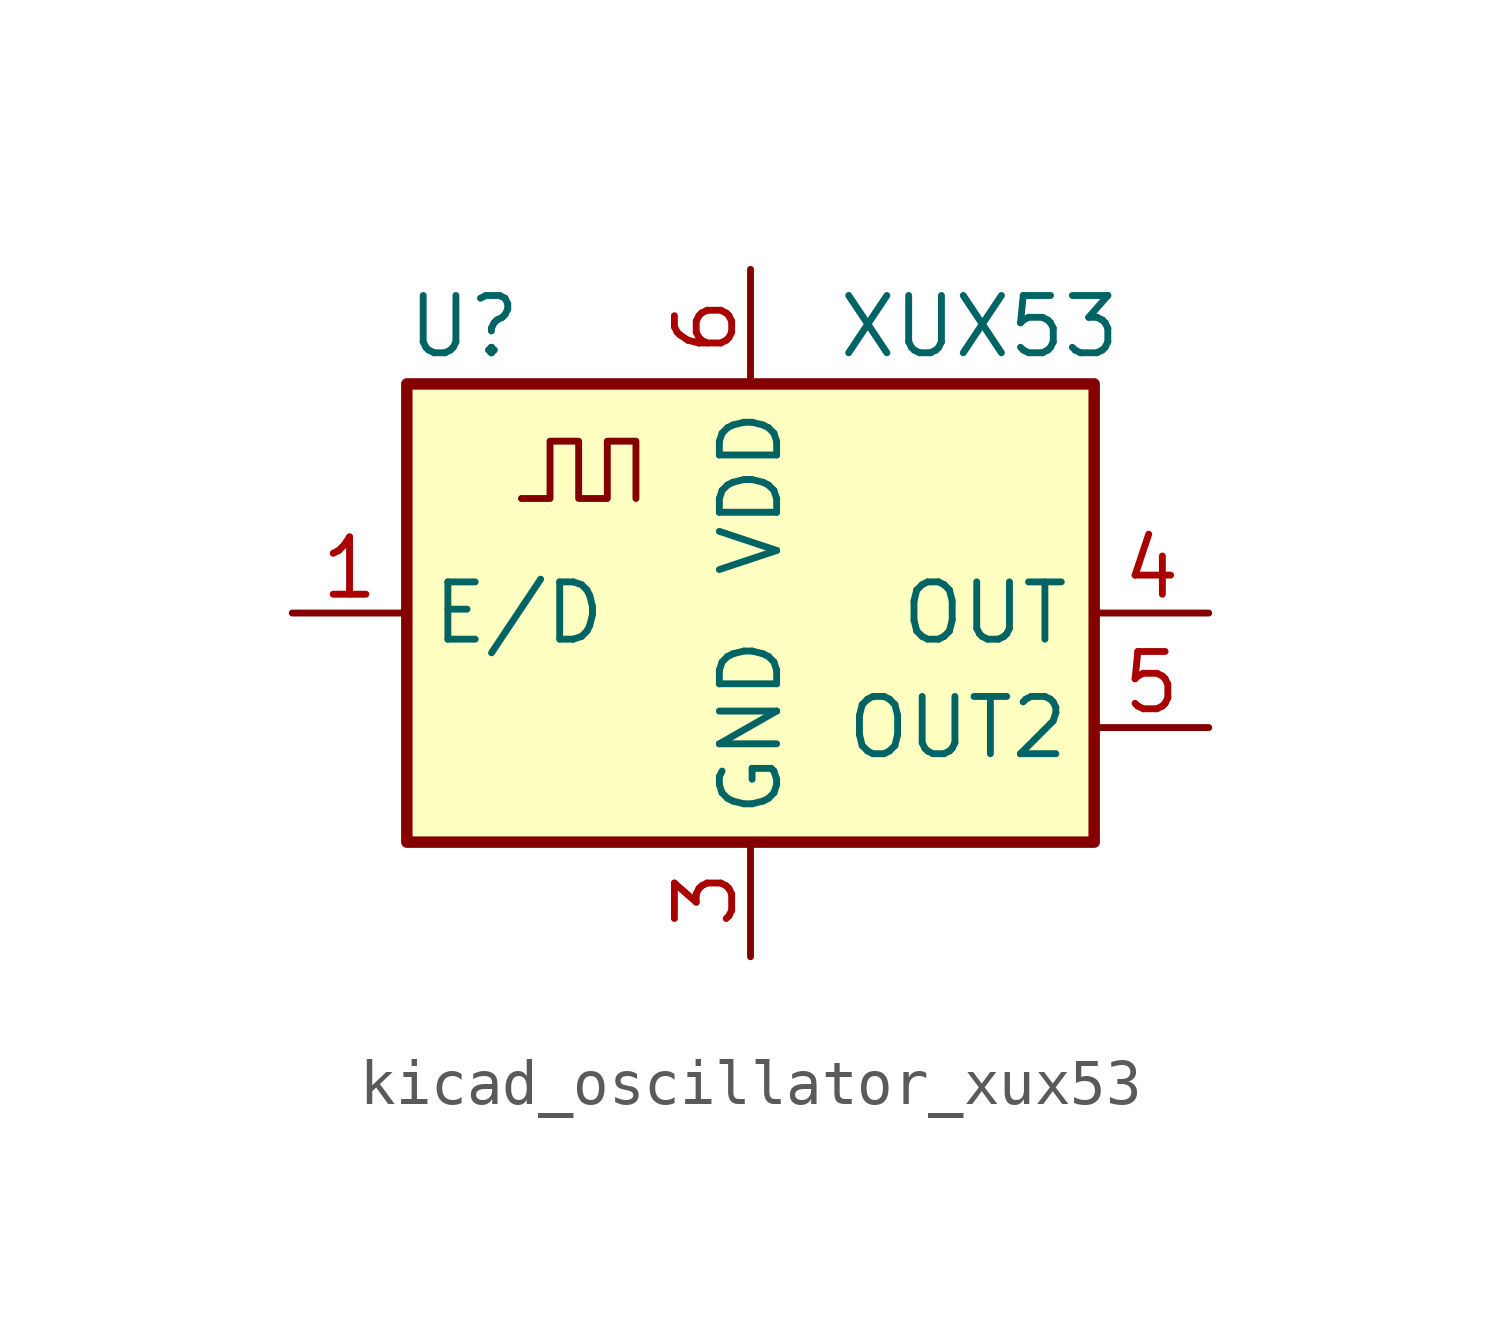
<source format=kicad_sym>
(kicad_symbol_lib
  (version 20220914)
  (generator kicad_symbol_editor)
  (symbol "kicad_oscillator_xux53"
    (property "Reference" "U"
      (at -6.35 6.35 0)
      (effects (font (size 1.27 1.27))))
    (property "Value" "XUX53"
      (at 5.08 6.35 0)
      (effects (font (size 1.27 1.27))))
    (symbol "kicad_oscillator_xux53_0_1"
      (rectangle (start -7.62 5.08) (end 7.62 -5.08) (stroke (width 0.254) (type default)) (fill (type background)))
      (polyline (pts (xy -5.08 2.54) (xy -4.445 2.54) (xy -4.445 3.81) (xy -3.81 3.81) (xy -3.81 2.54) (xy -3.175 2.54) (xy -3.175 3.81) (xy -2.54 3.81) (xy -2.54 2.54)) (stroke (width 0) (type default)) (fill (type none))))
    (symbol "kicad_oscillator_xux53_1_1"
      (pin input line (at -10.16 0 0) (length 2.54) (name "E/D" (effects (font (size 1.27 1.27)))) (number "1" (effects (font (size 1.27 1.27)))))
      (pin no_connect line (at -7.62 -2.54 0) (length 2.54) hide (name "NC" (effects (font (size 1.27 1.27)))) (number "2" (effects (font (size 1.27 1.27)))))
      (pin power_in line (at 0 -7.62 90) (length 2.54) (name "GND" (effects (font (size 1.27 1.27)))) (number "3" (effects (font (size 1.27 1.27)))))
      (pin output line (at 10.16 0 180) (length 2.54) (name "OUT" (effects (font (size 1.27 1.27)))) (number "4" (effects (font (size 1.27 1.27)))))
      (pin output line (at 10.16 -2.54 180) (length 2.54) (name "OUT2" (effects (font (size 1.27 1.27)))) (number "5" (effects (font (size 1.27 1.27)))))
      (pin power_in line (at 0 7.62 270) (length 2.54) (name "VDD" (effects (font (size 1.27 1.27)))) (number "6" (effects (font (size 1.27 1.27))))))))
</source>
